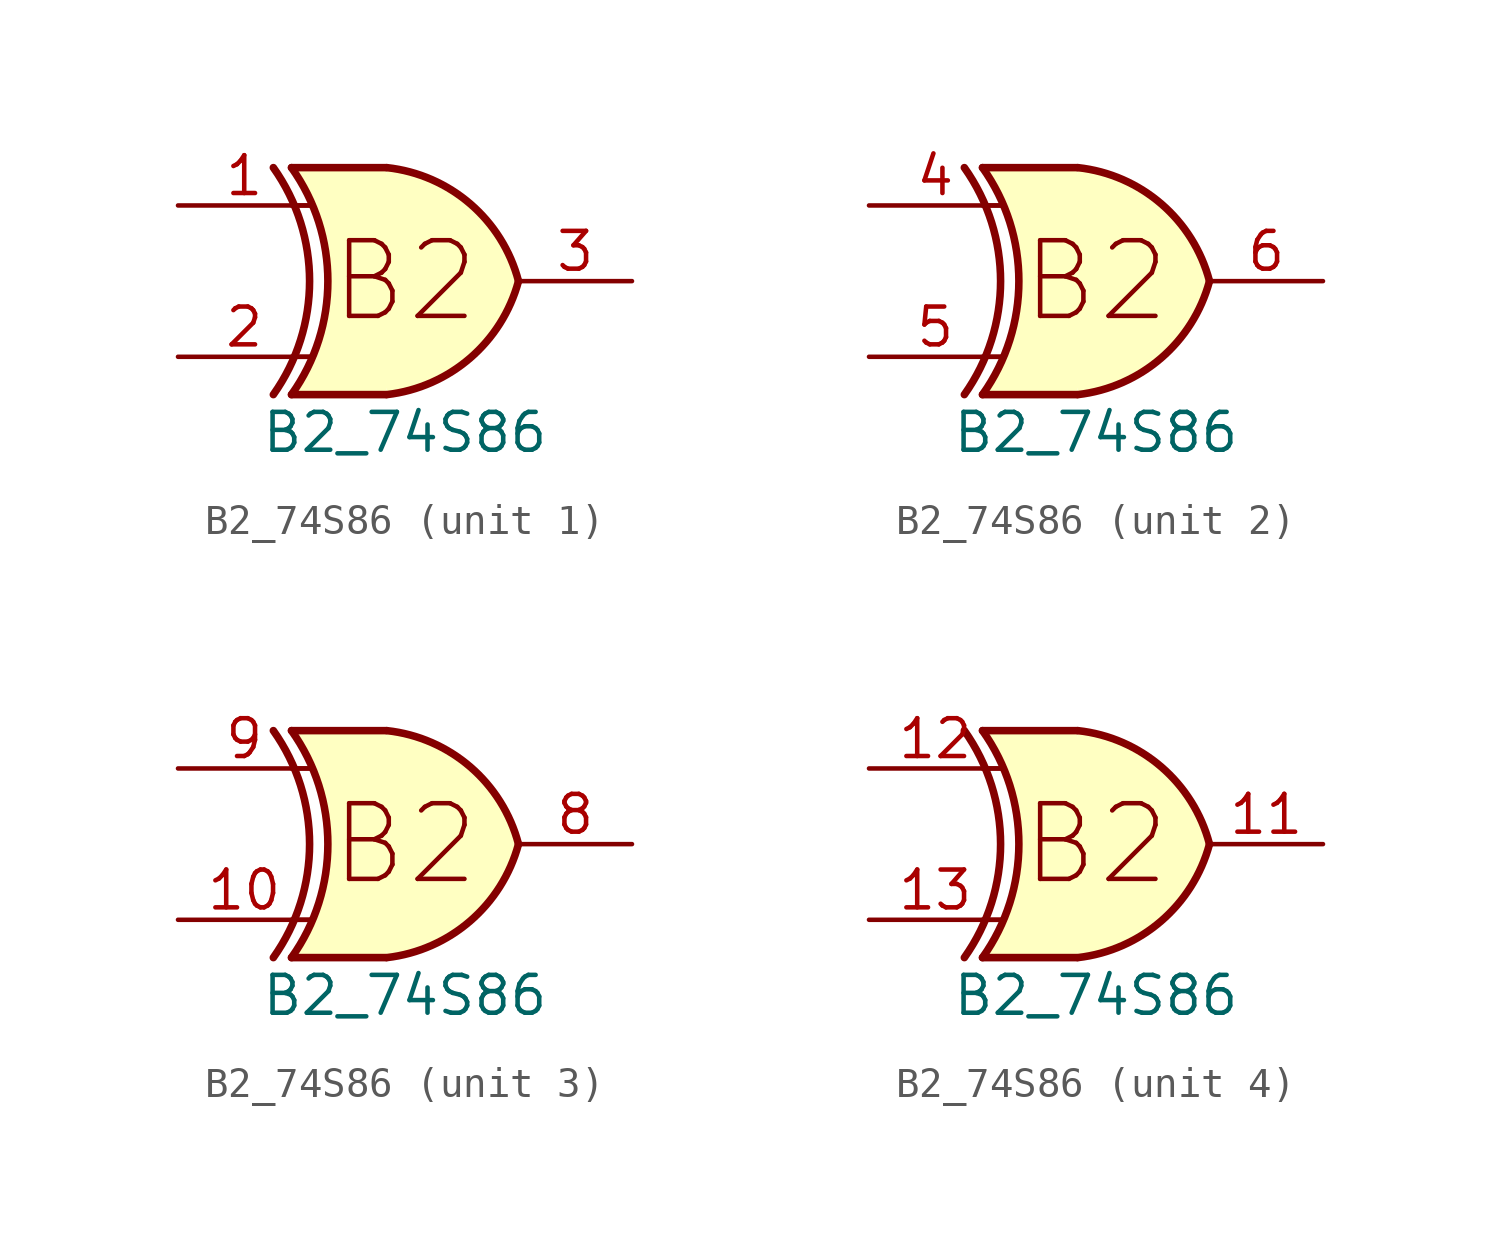
<source format=kicad_sym>
(kicad_symbol_lib
  (version 20211014)
  (generator kicad_symbol_editor)
  (symbol "B2_74S86"
    (pin_names
      (offset 1.016))
    (property "Reference" "U"
      (at -20.32 10.16 0)
      (effects (font (size 1.27 1.27)) hide))
    (property "Value" "B2_74S86"
      (at 0 -5.08 0)
      (effects (font (size 1.27 1.27))))
    (property "ki_locked" ""
      (at 0 0 0)
      (effects (font (size 1.27 1.27))))
    (symbol "B2_74S86_0_0"
      (text "B2" (at 0 0 0) (effects (font (size 2.54 2.54)))))
    (symbol "B2_74S86_1_0"
      (arc (start -4.4196 -3.81) (mid -3.2033 0) (end -4.4196 3.81) (stroke (width 0.254) (type default) (color 0 0 0 0)) (fill (type none)))
      (arc (start -3.81 -3.81) (mid -2.589 0) (end -3.81 3.81) (stroke (width 0.254) (type default) (color 0 0 0 0)) (fill (type none)))
      (arc (start -0.6096 -3.81) (mid 2.1842 -2.5851) (end 3.81 0) (stroke (width 0.254) (type default) (color 0 0 0 0)) (fill (type background)))
      (polyline (pts (xy -3.81 -3.81) (xy -0.635 -3.81)) (stroke (width 0.254) (type default) (color 0 0 0 0)) (fill (type background)))
      (polyline (pts (xy -3.81 3.81) (xy -0.635 3.81)) (stroke (width 0.254) (type default) (color 0 0 0 0)) (fill (type background)))
      (polyline (pts (xy -0.635 3.81) (xy -3.81 3.81) (xy -3.81 3.81) (xy -3.556 3.404) (xy -3.023 2.261) (xy -2.692 1.041) (xy -2.616 -0.254) (xy -2.769 -1.499) (xy -3.175 -2.718) (xy -3.81 -3.81) (xy -3.81 -3.81) (xy -0.635 -3.81)) (stroke (width -25.4) (type default) (color 0 0 0 0)) (fill (type background)))
      (arc (start 3.81 0) (mid 2.1915 2.5936) (end -0.6096 3.81) (stroke (width 0.254) (type default) (color 0 0 0 0)) (fill (type background)))
      (pin input line (at -7.62 2.54 0) (length 4.445) (name "~" (effects (font (size 1.27 1.27)))) (number "1" (effects (font (size 1.27 1.27)))))
      (pin input line (at -7.62 -2.54 0) (length 4.445) (name "~" (effects (font (size 1.27 1.27)))) (number "2" (effects (font (size 1.27 1.27)))))
      (pin output line (at 7.62 0 180) (length 3.81) (name "~" (effects (font (size 1.27 1.27)))) (number "3" (effects (font (size 1.27 1.27))))))
    (symbol "B2_74S86_1_1"
      (polyline (pts (xy -3.81 -2.54) (xy -3.175 -2.54)) (stroke (width 0.152) (type default) (color 0 0 0 0)) (fill (type none)))
      (polyline (pts (xy -3.81 2.54) (xy -3.175 2.54)) (stroke (width 0.152) (type default) (color 0 0 0 0)) (fill (type none))))
    (symbol "B2_74S86_2_0"
      (arc (start -4.4196 -3.81) (mid -3.2033 0) (end -4.4196 3.81) (stroke (width 0.254) (type default) (color 0 0 0 0)) (fill (type none)))
      (arc (start -3.81 -3.81) (mid -2.589 0) (end -3.81 3.81) (stroke (width 0.254) (type default) (color 0 0 0 0)) (fill (type none)))
      (arc (start -0.6096 -3.81) (mid 2.1842 -2.5851) (end 3.81 0) (stroke (width 0.254) (type default) (color 0 0 0 0)) (fill (type background)))
      (polyline (pts (xy -3.81 -3.81) (xy -0.635 -3.81)) (stroke (width 0.254) (type default) (color 0 0 0 0)) (fill (type background)))
      (polyline (pts (xy -3.81 3.81) (xy -0.635 3.81)) (stroke (width 0.254) (type default) (color 0 0 0 0)) (fill (type background)))
      (polyline (pts (xy -0.635 3.81) (xy -3.81 3.81) (xy -3.81 3.81) (xy -3.556 3.404) (xy -3.023 2.261) (xy -2.692 1.041) (xy -2.616 -0.254) (xy -2.769 -1.499) (xy -3.175 -2.718) (xy -3.81 -3.81) (xy -3.81 -3.81) (xy -0.635 -3.81)) (stroke (width -25.4) (type default) (color 0 0 0 0)) (fill (type background)))
      (arc (start 3.81 0) (mid 2.1915 2.5936) (end -0.6096 3.81) (stroke (width 0.254) (type default) (color 0 0 0 0)) (fill (type background)))
      (pin input line (at -7.62 2.54 0) (length 4.445) (name "~" (effects (font (size 1.27 1.27)))) (number "4" (effects (font (size 1.27 1.27)))))
      (pin input line (at -7.62 -2.54 0) (length 4.445) (name "~" (effects (font (size 1.27 1.27)))) (number "5" (effects (font (size 1.27 1.27)))))
      (pin output line (at 7.62 0 180) (length 3.81) (name "~" (effects (font (size 1.27 1.27)))) (number "6" (effects (font (size 1.27 1.27))))))
    (symbol "B2_74S86_2_1"
      (polyline (pts (xy -3.81 -2.54) (xy -3.175 -2.54)) (stroke (width 0.152) (type default) (color 0 0 0 0)) (fill (type none)))
      (polyline (pts (xy -3.81 2.54) (xy -3.175 2.54)) (stroke (width 0.152) (type default) (color 0 0 0 0)) (fill (type none))))
    (symbol "B2_74S86_3_0"
      (arc (start -4.4196 -3.81) (mid -3.2033 0) (end -4.4196 3.81) (stroke (width 0.254) (type default) (color 0 0 0 0)) (fill (type none)))
      (arc (start -3.81 -3.81) (mid -2.589 0) (end -3.81 3.81) (stroke (width 0.254) (type default) (color 0 0 0 0)) (fill (type none)))
      (arc (start -0.6096 -3.81) (mid 2.1842 -2.5851) (end 3.81 0) (stroke (width 0.254) (type default) (color 0 0 0 0)) (fill (type background)))
      (polyline (pts (xy -3.81 -3.81) (xy -0.635 -3.81)) (stroke (width 0.254) (type default) (color 0 0 0 0)) (fill (type background)))
      (polyline (pts (xy -3.81 3.81) (xy -0.635 3.81)) (stroke (width 0.254) (type default) (color 0 0 0 0)) (fill (type background)))
      (polyline (pts (xy -0.635 3.81) (xy -3.81 3.81) (xy -3.81 3.81) (xy -3.556 3.404) (xy -3.023 2.261) (xy -2.692 1.041) (xy -2.616 -0.254) (xy -2.769 -1.499) (xy -3.175 -2.718) (xy -3.81 -3.81) (xy -3.81 -3.81) (xy -0.635 -3.81)) (stroke (width -25.4) (type default) (color 0 0 0 0)) (fill (type background)))
      (arc (start 3.81 0) (mid 2.1915 2.5936) (end -0.6096 3.81) (stroke (width 0.254) (type default) (color 0 0 0 0)) (fill (type background)))
      (pin input line (at -7.62 -2.54 0) (length 4.445) (name "~" (effects (font (size 1.27 1.27)))) (number "10" (effects (font (size 1.27 1.27)))))
      (pin output line (at 7.62 0 180) (length 3.81) (name "~" (effects (font (size 1.27 1.27)))) (number "8" (effects (font (size 1.27 1.27)))))
      (pin input line (at -7.62 2.54 0) (length 4.445) (name "~" (effects (font (size 1.27 1.27)))) (number "9" (effects (font (size 1.27 1.27))))))
    (symbol "B2_74S86_3_1"
      (polyline (pts (xy -3.81 -2.54) (xy -3.175 -2.54)) (stroke (width 0.152) (type default) (color 0 0 0 0)) (fill (type none)))
      (polyline (pts (xy -3.81 2.54) (xy -3.175 2.54)) (stroke (width 0.152) (type default) (color 0 0 0 0)) (fill (type none))))
    (symbol "B2_74S86_4_0"
      (arc (start -4.4196 -3.81) (mid -3.2033 0) (end -4.4196 3.81) (stroke (width 0.254) (type default) (color 0 0 0 0)) (fill (type none)))
      (arc (start -3.81 -3.81) (mid -2.589 0) (end -3.81 3.81) (stroke (width 0.254) (type default) (color 0 0 0 0)) (fill (type none)))
      (arc (start -0.6096 -3.81) (mid 2.1842 -2.5851) (end 3.81 0) (stroke (width 0.254) (type default) (color 0 0 0 0)) (fill (type background)))
      (polyline (pts (xy -3.81 -3.81) (xy -0.635 -3.81)) (stroke (width 0.254) (type default) (color 0 0 0 0)) (fill (type background)))
      (polyline (pts (xy -3.81 3.81) (xy -0.635 3.81)) (stroke (width 0.254) (type default) (color 0 0 0 0)) (fill (type background)))
      (polyline (pts (xy -0.635 3.81) (xy -3.81 3.81) (xy -3.81 3.81) (xy -3.556 3.404) (xy -3.023 2.261) (xy -2.692 1.041) (xy -2.616 -0.254) (xy -2.769 -1.499) (xy -3.175 -2.718) (xy -3.81 -3.81) (xy -3.81 -3.81) (xy -0.635 -3.81)) (stroke (width -25.4) (type default) (color 0 0 0 0)) (fill (type background)))
      (arc (start 3.81 0) (mid 2.1915 2.5936) (end -0.6096 3.81) (stroke (width 0.254) (type default) (color 0 0 0 0)) (fill (type background)))
      (pin output line (at 7.62 0 180) (length 3.81) (name "~" (effects (font (size 1.27 1.27)))) (number "11" (effects (font (size 1.27 1.27)))))
      (pin input line (at -7.62 2.54 0) (length 4.445) (name "~" (effects (font (size 1.27 1.27)))) (number "12" (effects (font (size 1.27 1.27)))))
      (pin input line (at -7.62 -2.54 0) (length 4.445) (name "~" (effects (font (size 1.27 1.27)))) (number "13" (effects (font (size 1.27 1.27))))))
    (symbol "B2_74S86_4_1"
      (polyline (pts (xy -3.81 -2.54) (xy -3.175 -2.54)) (stroke (width 0.152) (type default) (color 0 0 0 0)) (fill (type none)))
      (polyline (pts (xy -3.81 2.54) (xy -3.175 2.54)) (stroke (width 0.152) (type default) (color 0 0 0 0)) (fill (type none))))))
</source>
